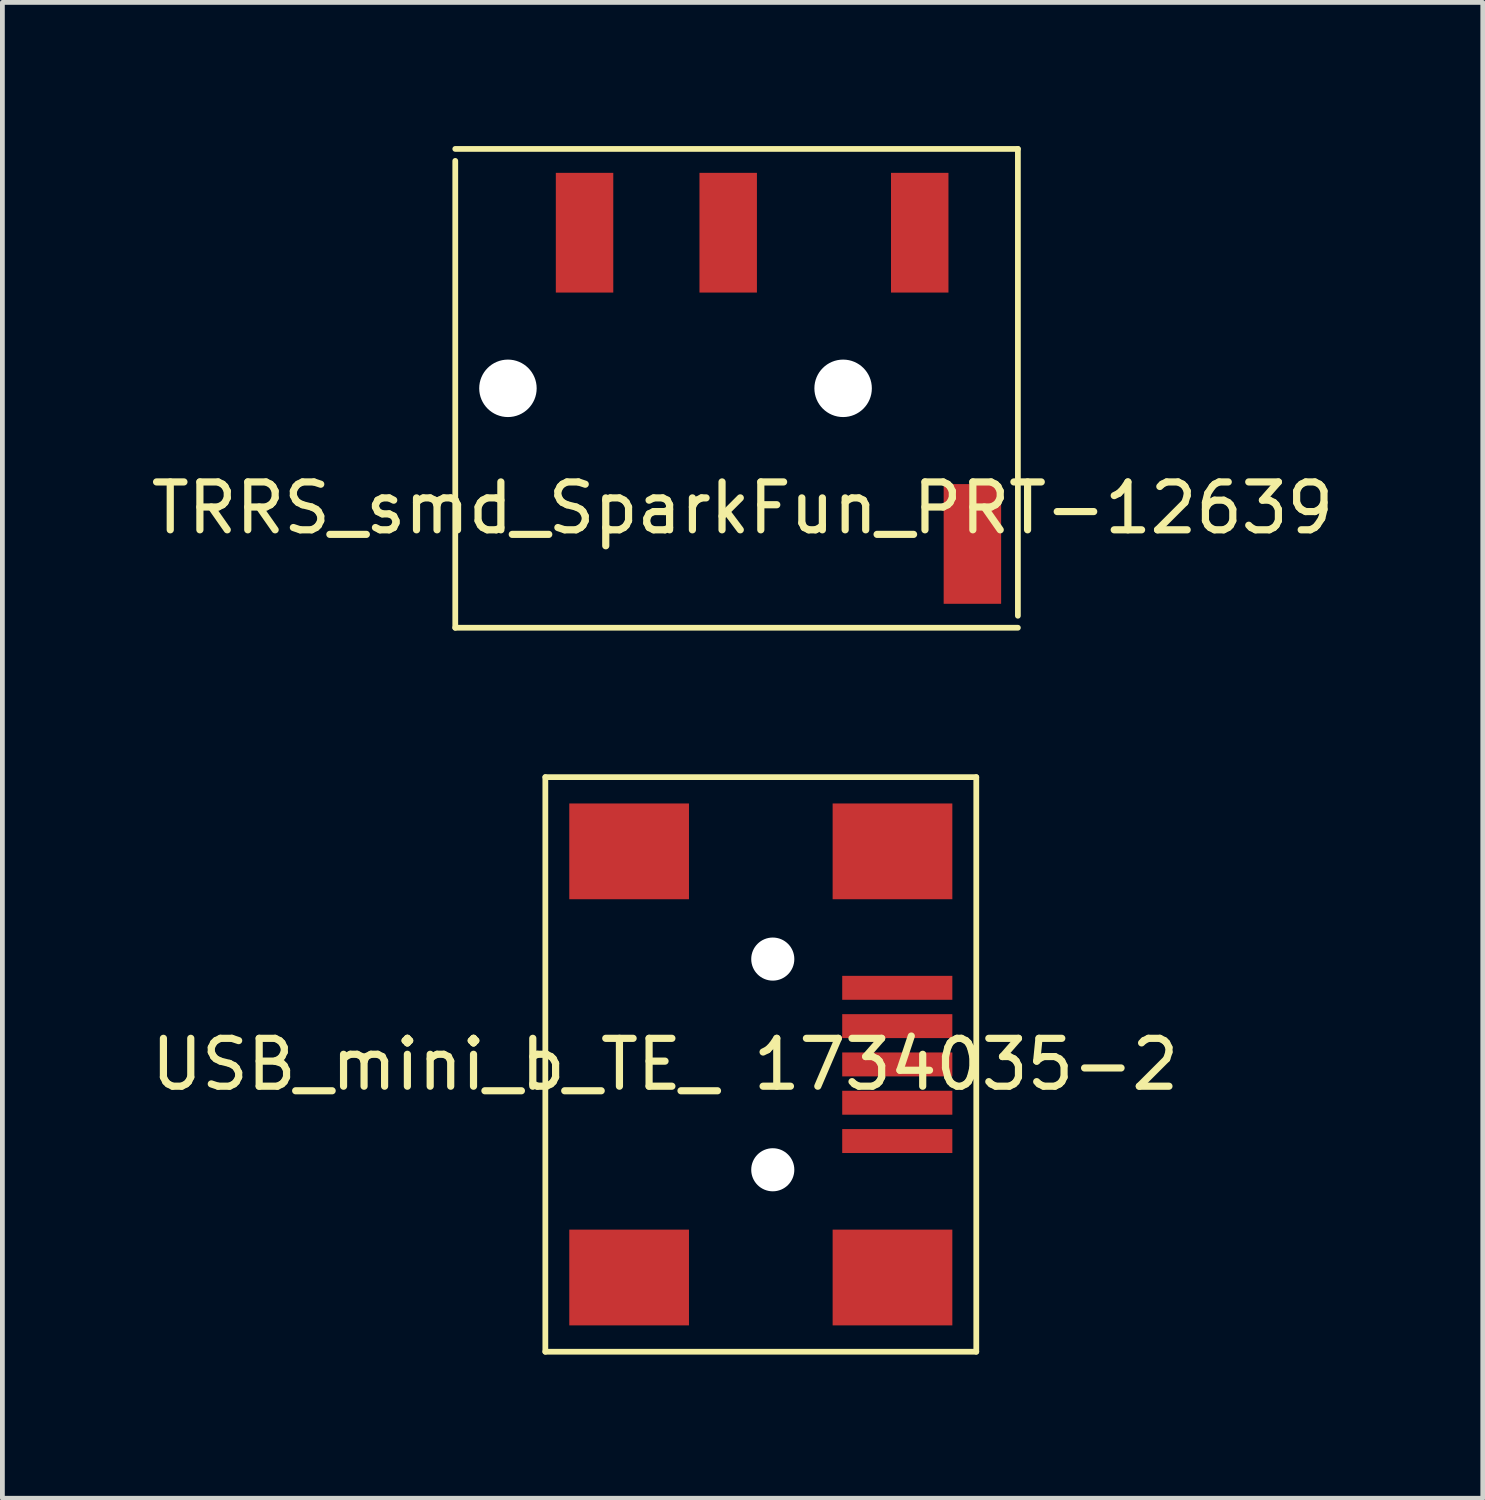
<source format=kicad_pcb>
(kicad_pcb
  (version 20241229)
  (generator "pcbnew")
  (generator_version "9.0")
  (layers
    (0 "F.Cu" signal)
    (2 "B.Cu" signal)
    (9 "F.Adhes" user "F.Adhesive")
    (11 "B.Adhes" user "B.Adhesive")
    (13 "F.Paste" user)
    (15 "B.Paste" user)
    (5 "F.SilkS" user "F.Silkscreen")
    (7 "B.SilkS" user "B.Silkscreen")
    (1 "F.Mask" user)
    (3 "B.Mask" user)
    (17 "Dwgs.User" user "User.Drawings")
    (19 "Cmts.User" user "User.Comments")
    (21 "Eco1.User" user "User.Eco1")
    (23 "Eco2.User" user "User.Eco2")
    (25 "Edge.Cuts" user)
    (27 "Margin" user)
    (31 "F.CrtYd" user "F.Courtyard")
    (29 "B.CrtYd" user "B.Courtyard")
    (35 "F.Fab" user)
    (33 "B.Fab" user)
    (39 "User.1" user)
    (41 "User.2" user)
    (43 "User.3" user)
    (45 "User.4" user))
  (footprint "TRRS_smd_SparkFun_PRT-12639"
    (layer "F.Cu")
    (at 5.958 5.06)
    (property "Reference" "TRRS_smd_SparkFun_PRT-12639" (at 6.5 2.5 0) (layer "F.SilkS") (effects (font (size 1 1) (thickness 0.15))))
    (attr through_hole)
    (fp_line (start 0.5 -4.75) (end 0.5 5) (stroke (width 0.12) (type solid)) (layer "F.SilkS"))
    (fp_line (start 0.5 5) (end 12.25 5) (stroke (width 0.12) (type solid)) (layer "F.SilkS"))
    (fp_line (start 12.25 -5) (end 0.5 -5) (stroke (width 0.12) (type solid)) (layer "F.SilkS"))
    (fp_line (start 12.25 4.75) (end 12.25 -5) (stroke (width 0.12) (type solid)) (layer "F.SilkS"))
    (pad "" np_thru_hole circle (at 1.6 0) (size 1.2 1.2) (drill 1.2) (layers "*.Cu" "*.Mask"))
    (pad "" np_thru_hole circle (at 8.6 0) (size 1.2 1.2) (drill 1.2) (layers "*.Cu" "*.Mask"))
    (pad "1" smd rect (at 11.3 3.25) (size 1.2 2.5) (layers "F.Cu" "F.Mask" "F.Paste"))
    (pad "2" smd rect (at 10.2 -3.25) (size 1.2 2.5) (layers "F.Cu" "F.Mask" "F.Paste"))
    (pad "3" smd rect (at 6.2 -3.25) (size 1.2 2.5) (layers "F.Cu" "F.Mask" "F.Paste"))
    (pad "4" smd rect (at 3.2 -3.25) (size 1.2 2.5) (layers "F.Cu" "F.Mask" "F.Paste")))
  (footprint "USB_mini_b_TE_ 1734035-2"
    (layer "F.Cu")
    (at 7.839 19.18)
    (property "Reference" "USB_mini_b_TE_ 1734035-2" (at 3 0 0) (layer "F.SilkS") (effects (font (size 1 1) (thickness 0.15))))
    (attr through_hole)
    (fp_line (start 0.5 -6) (end 9.5 -6) (stroke (width 0.12) (type solid)) (layer "F.SilkS"))
    (fp_line (start 0.5 6) (end 0.5 -6) (stroke (width 0.12) (type solid)) (layer "F.SilkS"))
    (fp_line (start 9.5 -6) (end 9.5 6) (stroke (width 0.12) (type solid)) (layer "F.SilkS"))
    (fp_line (start 9.5 6) (end 0.5 6) (stroke (width 0.12) (type solid)) (layer "F.SilkS"))
    (pad "" smd rect (at 2.25 -4.45) (size 2.5 2) (layers "F.Cu" "F.Mask" "F.Paste"))
    (pad "" smd rect (at 2.25 4.45) (size 2.5 2) (layers "F.Cu" "F.Mask" "F.Paste"))
    (pad "" np_thru_hole circle (at 5.25 -2.2) (size 0.9 0.9) (drill 0.9) (layers "*.Cu" "*.Mask"))
    (pad "" np_thru_hole circle (at 5.25 2.2) (size 0.9 0.9) (drill 0.9) (layers "*.Cu" "*.Mask"))
    (pad "" smd rect (at 7.75 -4.45) (size 2.5 2) (layers "F.Cu" "F.Mask" "F.Paste"))
    (pad "" smd rect (at 7.75 4.45) (size 2.5 2) (layers "F.Cu" "F.Mask" "F.Paste"))
    (pad "1" smd rect (at 7.85 -1.6) (size 2.3 0.5) (layers "F.Cu" "F.Mask" "F.Paste"))
    (pad "2" smd rect (at 7.85 -0.8) (size 2.3 0.5) (layers "F.Cu" "F.Mask" "F.Paste"))
    (pad "3" smd rect (at 7.85 0) (size 2.3 0.5) (layers "F.Cu" "F.Mask" "F.Paste"))
    (pad "4" smd rect (at 7.85 0.8) (size 2.3 0.5) (layers "F.Cu" "F.Mask" "F.Paste"))
    (pad "5" smd rect (at 7.85 1.6) (size 2.3 0.5) (layers "F.Cu" "F.Mask" "F.Paste")))
  (gr_rect
    (start -3 -3)
    (end 27.917 28.24)
    (stroke (width 0.1) (type default))
    (fill no)
    (layer "Edge.Cuts")))
</source>
